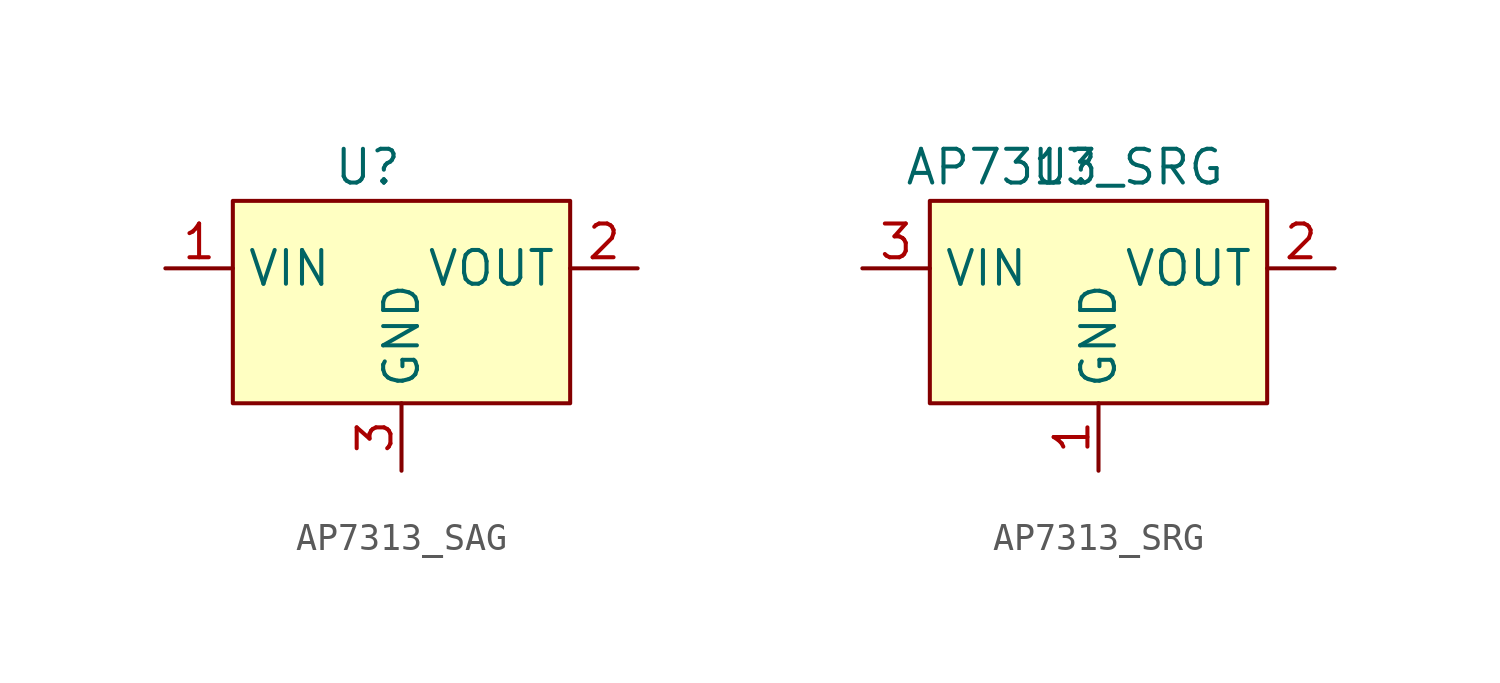
<source format=kicad_sym>
(kicad_symbol_lib
  (version 20220914)
  (generator kicad_symbol_editor)
  (symbol "AP7313_SAG"
    (property "Reference" "U"
      (at 0 0 0)
      (effects (font (size 1.27 1.27))))
    (property "Value" ""
      (at 0 0 0)
      (effects (font (size 1.27 1.27))))
    (symbol "AP7313_SAG_1_1"
      (rectangle (start -5.08 -1.27) (end 7.62 -8.89) (stroke (width 0) (type default)) (fill (type background)))
      (pin power_in line (at -7.62 -3.81 0) (length 2.54) (name "VIN" (effects (font (size 1.27 1.27)))) (number "1" (effects (font (size 1.27 1.27)))))
      (pin power_out line (at 10.16 -3.81 180) (length 2.54) (name "VOUT" (effects (font (size 1.27 1.27)))) (number "2" (effects (font (size 1.27 1.27)))))
      (pin power_in line (at 1.27 -11.43 90) (length 2.54) (name "GND" (effects (font (size 1.27 1.27)))) (number "3" (effects (font (size 1.27 1.27)))))))
  (symbol "AP7313_SRG"
    (property "Reference" "U"
      (at 0 0 0)
      (effects (font (size 1.27 1.27))))
    (property "Value" "AP7313_SRG"
      (at 0 0 0)
      (effects (font (size 1.27 1.27))))
    (symbol "AP7313_SRG_1_1"
      (rectangle (start -5.08 -1.27) (end 7.62 -8.89) (stroke (width 0) (type default)) (fill (type background)))
      (pin power_in line (at 1.27 -11.43 90) (length 2.54) (name "GND" (effects (font (size 1.27 1.27)))) (number "1" (effects (font (size 1.27 1.27)))))
      (pin power_out line (at 10.16 -3.81 180) (length 2.54) (name "VOUT" (effects (font (size 1.27 1.27)))) (number "2" (effects (font (size 1.27 1.27)))))
      (pin power_in line (at -7.62 -3.81 0) (length 2.54) (name "VIN" (effects (font (size 1.27 1.27)))) (number "3" (effects (font (size 1.27 1.27))))))))
</source>
